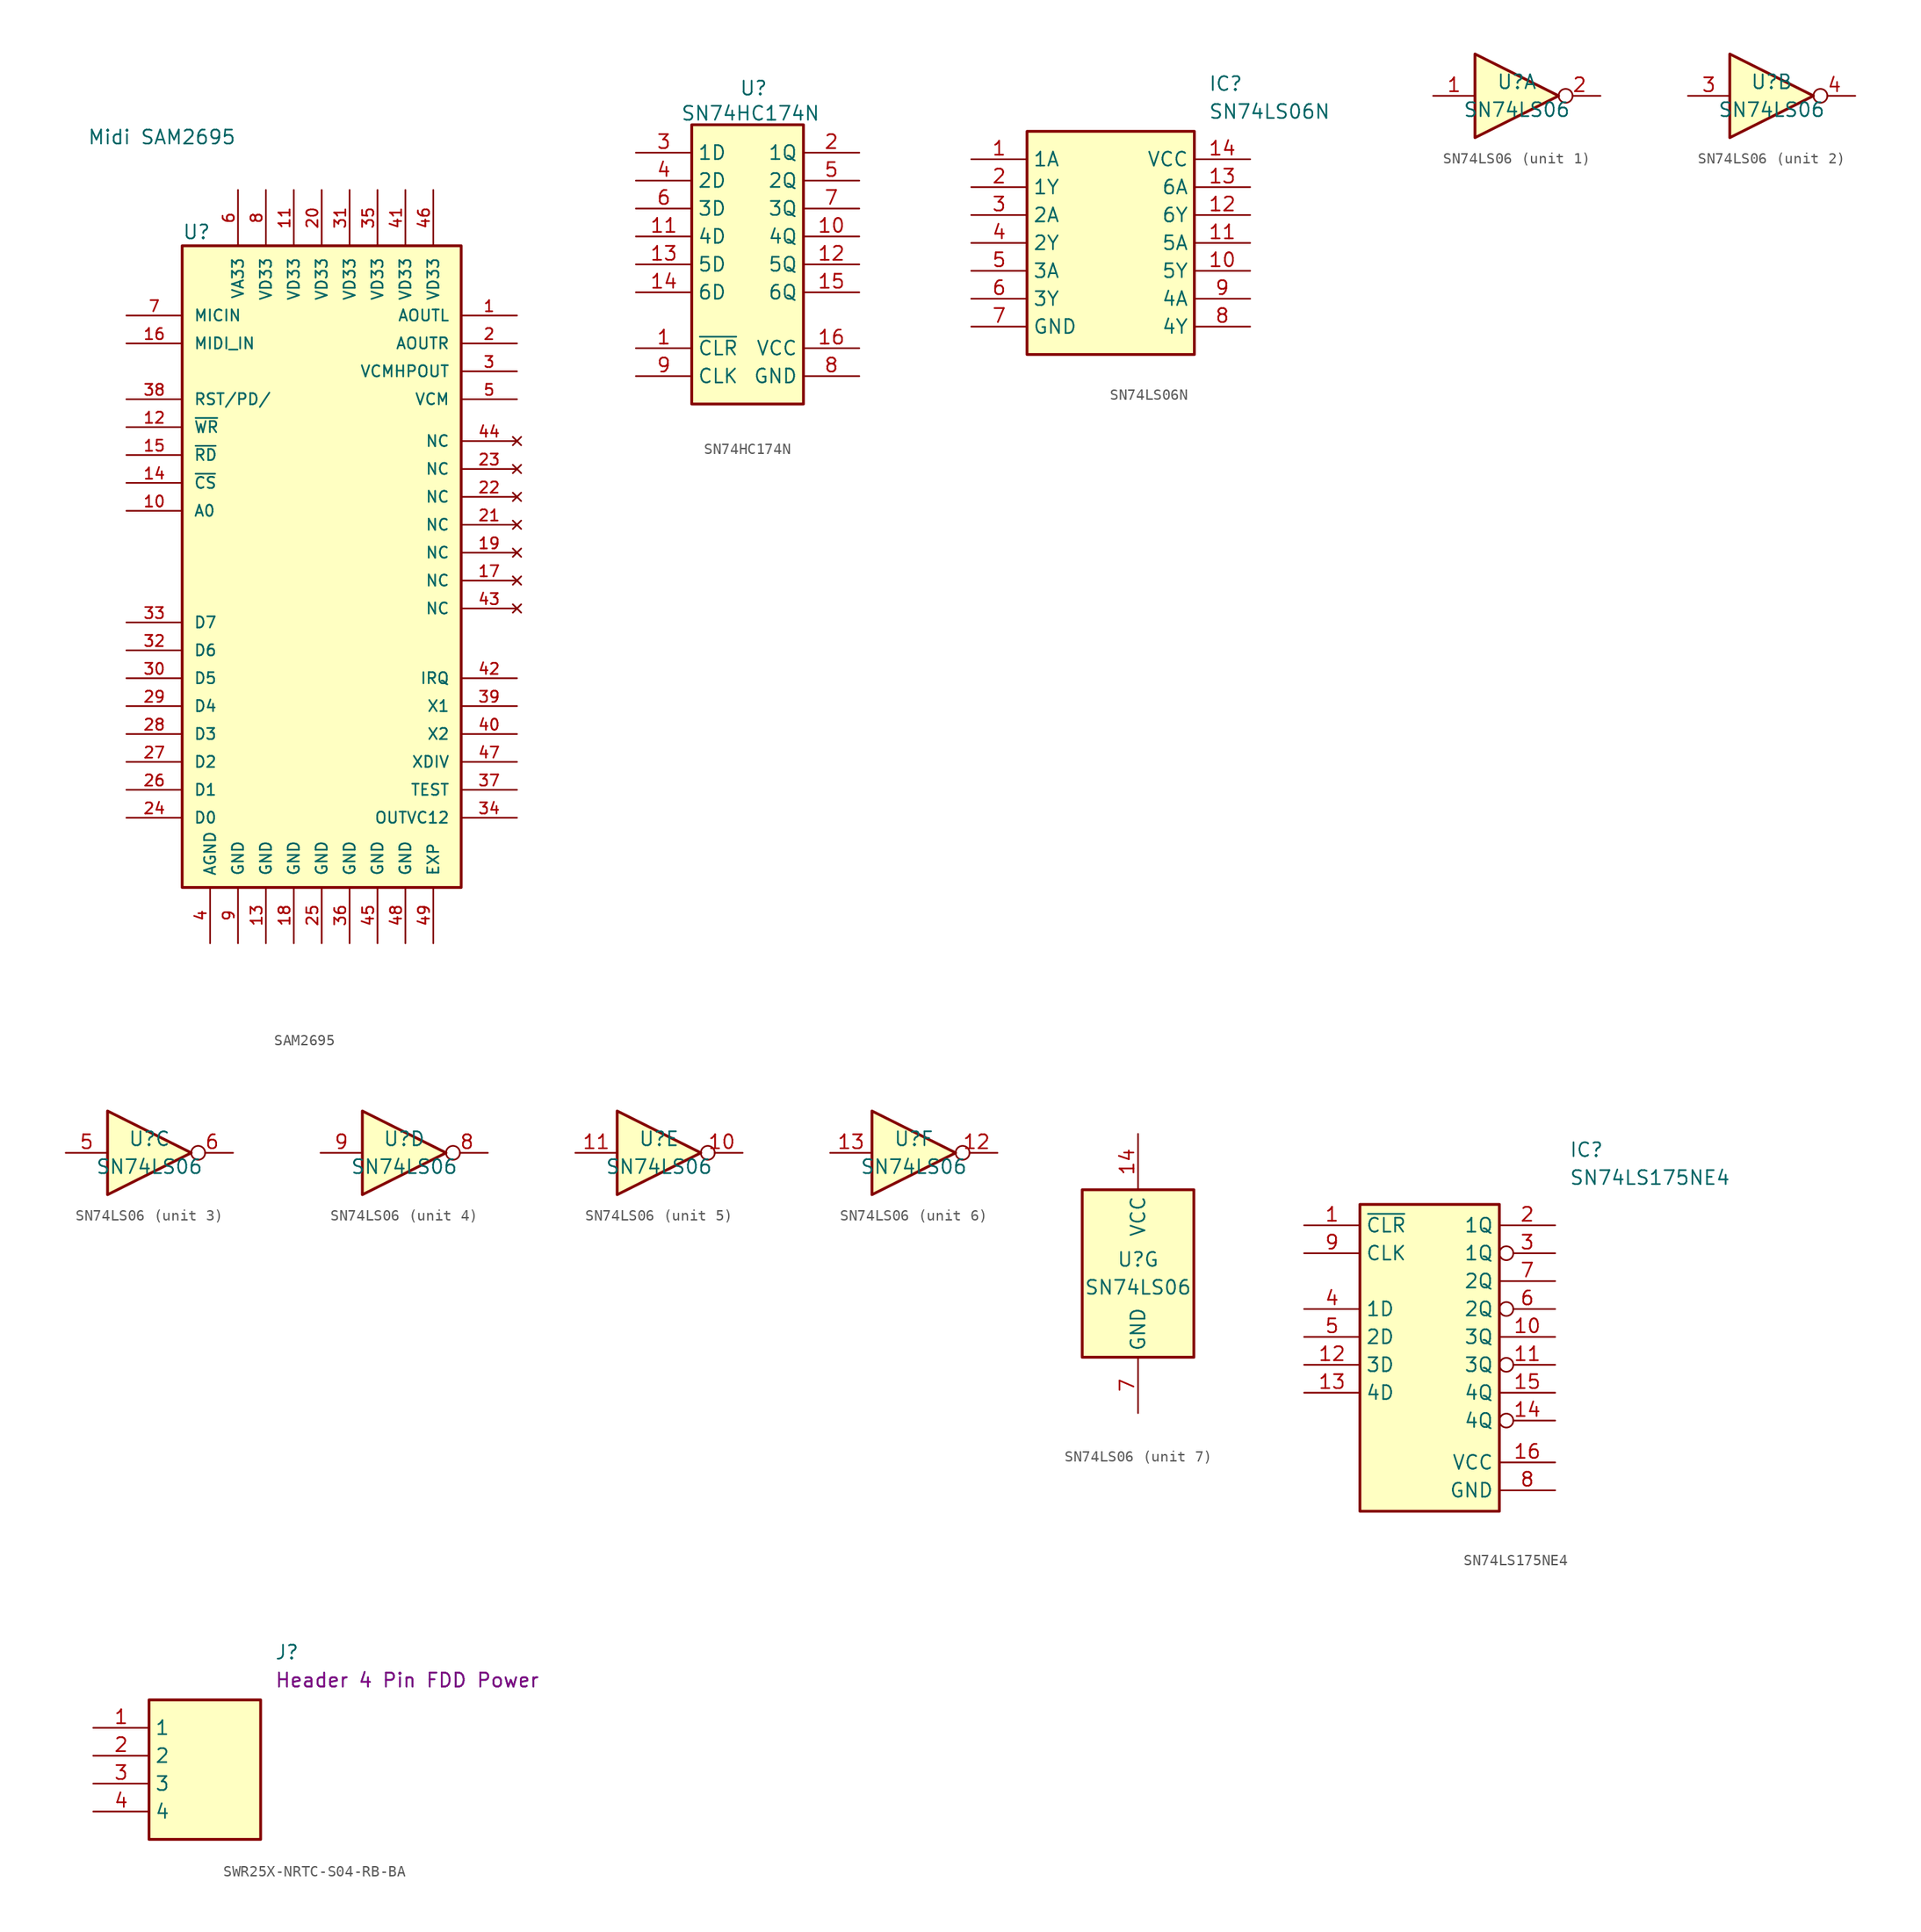
<source format=kicad_sym>
(kicad_symbol_lib
  (version 20241209)
  (generator "kicad_symbol_editor")
  (generator_version "9.0")
  (symbol "SAM2695"
    (pin_names
      (offset 1.016))
    (property "Reference" "U"
      (at -15.24 30.988 0)
      (effects (font (size 1.27 1.27)) (justify left bottom)))
    (property "Value" "Midi SAM2695"
      (at -23.876 39.624 0)
      (effects (font (size 1.27 1.27)) (justify left bottom)))
    (symbol "SAM2695_0_0"
      (rectangle (start -15.24 30.48) (end 10.16 -27.94) (stroke (width 0.254) (type default)) (fill (type background)))
      (pin unspecified line (at -20.32 24.13 0) (length 5.08) (name "MICIN" (effects (font (size 1.016 1.016)))) (number "7" (effects (font (size 1.016 1.016)))))
      (pin unspecified line (at -20.32 21.59 0) (length 5.08) (name "MIDI_IN" (effects (font (size 1.016 1.016)))) (number "16" (effects (font (size 1.016 1.016)))))
      (pin unspecified line (at -20.32 16.51 0) (length 5.08) (name "RST/PD/" (effects (font (size 1.016 1.016)))) (number "38" (effects (font (size 1.016 1.016)))))
      (pin unspecified line (at -20.32 13.97 0) (length 5.08) (name "~{WR}" (effects (font (size 1.016 1.016)))) (number "12" (effects (font (size 1.016 1.016)))))
      (pin unspecified line (at -20.32 11.43 0) (length 5.08) (name "~{RD}" (effects (font (size 1.016 1.016)))) (number "15" (effects (font (size 1.016 1.016)))))
      (pin unspecified line (at -20.32 8.89 0) (length 5.08) (name "~{CS}" (effects (font (size 1.016 1.016)))) (number "14" (effects (font (size 1.016 1.016)))))
      (pin unspecified line (at -20.32 6.35 0) (length 5.08) (name "A0" (effects (font (size 1.016 1.016)))) (number "10" (effects (font (size 1.016 1.016)))))
      (pin unspecified line (at -20.32 -3.81 0) (length 5.08) (name "D7" (effects (font (size 1.016 1.016)))) (number "33" (effects (font (size 1.016 1.016)))))
      (pin unspecified line (at -20.32 -6.35 0) (length 5.08) (name "D6" (effects (font (size 1.016 1.016)))) (number "32" (effects (font (size 1.016 1.016)))))
      (pin unspecified line (at -20.32 -8.89 0) (length 5.08) (name "D5" (effects (font (size 1.016 1.016)))) (number "30" (effects (font (size 1.016 1.016)))))
      (pin unspecified line (at -20.32 -11.43 0) (length 5.08) (name "D4" (effects (font (size 1.016 1.016)))) (number "29" (effects (font (size 1.016 1.016)))))
      (pin unspecified line (at -20.32 -13.97 0) (length 5.08) (name "D3" (effects (font (size 1.016 1.016)))) (number "28" (effects (font (size 1.016 1.016)))))
      (pin unspecified line (at -20.32 -16.51 0) (length 5.08) (name "D2" (effects (font (size 1.016 1.016)))) (number "27" (effects (font (size 1.016 1.016)))))
      (pin unspecified line (at -20.32 -19.05 0) (length 5.08) (name "D1" (effects (font (size 1.016 1.016)))) (number "26" (effects (font (size 1.016 1.016)))))
      (pin unspecified line (at -20.32 -21.59 0) (length 5.08) (name "D0" (effects (font (size 1.016 1.016)))) (number "24" (effects (font (size 1.016 1.016)))))
      (pin power_in line (at -12.7 -33.02 90) (length 5.08) (name "AGND" (effects (font (size 1.016 1.016)))) (number "4" (effects (font (size 1.016 1.016)))))
      (pin power_in line (at -10.16 35.56 270) (length 5.08) (name "VA33" (effects (font (size 1.016 1.016)))) (number "6" (effects (font (size 1.016 1.016)))))
      (pin power_in line (at -10.16 -33.02 90) (length 5.08) (name "GND" (effects (font (size 1.016 1.016)))) (number "9" (effects (font (size 1.016 1.016)))))
      (pin power_in line (at -7.62 35.56 270) (length 5.08) (name "VD33" (effects (font (size 1.016 1.016)))) (number "8" (effects (font (size 1.016 1.016)))))
      (pin power_in line (at -7.62 -33.02 90) (length 5.08) (name "GND" (effects (font (size 1.016 1.016)))) (number "13" (effects (font (size 1.016 1.016)))))
      (pin power_in line (at -5.08 35.56 270) (length 5.08) (name "VD33" (effects (font (size 1.016 1.016)))) (number "11" (effects (font (size 1.016 1.016)))))
      (pin power_in line (at -5.08 -33.02 90) (length 5.08) (name "GND" (effects (font (size 1.016 1.016)))) (number "18" (effects (font (size 1.016 1.016)))))
      (pin power_in line (at -2.54 35.56 270) (length 5.08) (name "VD33" (effects (font (size 1.016 1.016)))) (number "20" (effects (font (size 1.016 1.016)))))
      (pin power_in line (at -2.54 -33.02 90) (length 5.08) (name "GND" (effects (font (size 1.016 1.016)))) (number "25" (effects (font (size 1.016 1.016)))))
      (pin power_in line (at 0 35.56 270) (length 5.08) (name "VD33" (effects (font (size 1.016 1.016)))) (number "31" (effects (font (size 1.016 1.016)))))
      (pin power_in line (at 0 -33.02 90) (length 5.08) (name "GND" (effects (font (size 1.016 1.016)))) (number "36" (effects (font (size 1.016 1.016)))))
      (pin power_in line (at 2.54 35.56 270) (length 5.08) (name "VD33" (effects (font (size 1.016 1.016)))) (number "35" (effects (font (size 1.016 1.016)))))
      (pin power_in line (at 2.54 -33.02 90) (length 5.08) (name "GND" (effects (font (size 1.016 1.016)))) (number "45" (effects (font (size 1.016 1.016)))))
      (pin power_in line (at 5.08 35.56 270) (length 5.08) (name "VD33" (effects (font (size 1.016 1.016)))) (number "41" (effects (font (size 1.016 1.016)))))
      (pin power_in line (at 5.08 -33.02 90) (length 5.08) (name "GND" (effects (font (size 1.016 1.016)))) (number "48" (effects (font (size 1.016 1.016)))))
      (pin power_in line (at 7.62 35.56 270) (length 5.08) (name "VD33" (effects (font (size 1.016 1.016)))) (number "46" (effects (font (size 1.016 1.016)))))
      (pin passive line (at 7.62 -33.02 90) (length 5.08) (name "EXP" (effects (font (size 1.016 1.016)))) (number "49" (effects (font (size 1.016 1.016)))))
      (pin unspecified line (at 15.24 24.13 180) (length 5.08) (name "AOUTL" (effects (font (size 1.016 1.016)))) (number "1" (effects (font (size 1.016 1.016)))))
      (pin unspecified line (at 15.24 21.59 180) (length 5.08) (name "AOUTR" (effects (font (size 1.016 1.016)))) (number "2" (effects (font (size 1.016 1.016)))))
      (pin unspecified line (at 15.24 19.05 180) (length 5.08) (name "VCMHPOUT" (effects (font (size 1.016 1.016)))) (number "3" (effects (font (size 1.016 1.016)))))
      (pin unspecified line (at 15.24 16.51 180) (length 5.08) (name "VCM" (effects (font (size 1.016 1.016)))) (number "5" (effects (font (size 1.016 1.016)))))
      (pin no_connect line (at 15.24 12.7 180) (length 5.08) (name "NC" (effects (font (size 1.016 1.016)))) (number "44" (effects (font (size 1.016 1.016)))))
      (pin no_connect line (at 15.24 10.16 180) (length 5.08) (name "NC" (effects (font (size 1.016 1.016)))) (number "23" (effects (font (size 1.016 1.016)))))
      (pin no_connect line (at 15.24 7.62 180) (length 5.08) (name "NC" (effects (font (size 1.016 1.016)))) (number "22" (effects (font (size 1.016 1.016)))))
      (pin no_connect line (at 15.24 5.08 180) (length 5.08) (name "NC" (effects (font (size 1.016 1.016)))) (number "21" (effects (font (size 1.016 1.016)))))
      (pin no_connect line (at 15.24 2.54 180) (length 5.08) (name "NC" (effects (font (size 1.016 1.016)))) (number "19" (effects (font (size 1.016 1.016)))))
      (pin no_connect line (at 15.24 0 180) (length 5.08) (name "NC" (effects (font (size 1.016 1.016)))) (number "17" (effects (font (size 1.016 1.016)))))
      (pin no_connect line (at 15.24 -2.54 180) (length 5.08) (name "NC" (effects (font (size 1.016 1.016)))) (number "43" (effects (font (size 1.016 1.016)))))
      (pin unspecified line (at 15.24 -8.89 180) (length 5.08) (name "IRQ" (effects (font (size 1.016 1.016)))) (number "42" (effects (font (size 1.016 1.016)))))
      (pin unspecified line (at 15.24 -11.43 180) (length 5.08) (name "X1" (effects (font (size 1.016 1.016)))) (number "39" (effects (font (size 1.016 1.016)))))
      (pin unspecified line (at 15.24 -13.97 180) (length 5.08) (name "X2" (effects (font (size 1.016 1.016)))) (number "40" (effects (font (size 1.016 1.016)))))
      (pin unspecified line (at 15.24 -16.51 180) (length 5.08) (name "XDIV" (effects (font (size 1.016 1.016)))) (number "47" (effects (font (size 1.016 1.016)))))
      (pin unspecified line (at 15.24 -19.05 180) (length 5.08) (name "TEST" (effects (font (size 1.016 1.016)))) (number "37" (effects (font (size 1.016 1.016)))))
      (pin unspecified line (at 15.24 -21.59 180) (length 5.08) (name "OUTVC12" (effects (font (size 1.016 1.016)))) (number "34" (effects (font (size 1.016 1.016)))))))
  (symbol "SN74HC174N"
    (property "Reference" "U"
      (at 9.398 6.604 0)
      (effects (font (size 1.27 1.27)) (justify left top)))
    (property "Value" "SN74HC174N"
      (at 4.064 4.318 0)
      (effects (font (size 1.27 1.27)) (justify left top)))
    (symbol "SN74HC174N_1_1"
      (rectangle (start 5.08 2.54) (end 15.24 -22.86) (stroke (width 0.254) (type default)) (fill (type background)))
      (pin passive line (at 0 0 0) (length 5.08) (name "1D" (effects (font (size 1.27 1.27)))) (number "3" (effects (font (size 1.27 1.27)))))
      (pin passive line (at 0 -2.54 0) (length 5.08) (name "2D" (effects (font (size 1.27 1.27)))) (number "4" (effects (font (size 1.27 1.27)))))
      (pin passive line (at 0 -5.08 0) (length 5.08) (name "3D" (effects (font (size 1.27 1.27)))) (number "6" (effects (font (size 1.27 1.27)))))
      (pin passive line (at 0 -7.62 0) (length 5.08) (name "4D" (effects (font (size 1.27 1.27)))) (number "11" (effects (font (size 1.27 1.27)))))
      (pin passive line (at 0 -10.16 0) (length 5.08) (name "5D" (effects (font (size 1.27 1.27)))) (number "13" (effects (font (size 1.27 1.27)))))
      (pin passive line (at 0 -12.7 0) (length 5.08) (name "6D" (effects (font (size 1.27 1.27)))) (number "14" (effects (font (size 1.27 1.27)))))
      (pin passive line (at 0 -17.78 0) (length 5.08) (name "~{CLR}" (effects (font (size 1.27 1.27)))) (number "1" (effects (font (size 1.27 1.27)))))
      (pin passive line (at 0 -20.32 0) (length 5.08) (name "CLK" (effects (font (size 1.27 1.27)))) (number "9" (effects (font (size 1.27 1.27)))))
      (pin passive line (at 20.32 0 180) (length 5.08) (name "1Q" (effects (font (size 1.27 1.27)))) (number "2" (effects (font (size 1.27 1.27)))))
      (pin passive line (at 20.32 -2.54 180) (length 5.08) (name "2Q" (effects (font (size 1.27 1.27)))) (number "5" (effects (font (size 1.27 1.27)))))
      (pin passive line (at 20.32 -5.08 180) (length 5.08) (name "3Q" (effects (font (size 1.27 1.27)))) (number "7" (effects (font (size 1.27 1.27)))))
      (pin passive line (at 20.32 -7.62 180) (length 5.08) (name "4Q" (effects (font (size 1.27 1.27)))) (number "10" (effects (font (size 1.27 1.27)))))
      (pin passive line (at 20.32 -10.16 180) (length 5.08) (name "5Q" (effects (font (size 1.27 1.27)))) (number "12" (effects (font (size 1.27 1.27)))))
      (pin passive line (at 20.32 -12.7 180) (length 5.08) (name "6Q" (effects (font (size 1.27 1.27)))) (number "15" (effects (font (size 1.27 1.27)))))
      (pin passive line (at 20.32 -17.78 180) (length 5.08) (name "VCC" (effects (font (size 1.27 1.27)))) (number "16" (effects (font (size 1.27 1.27)))))
      (pin passive line (at 20.32 -20.32 180) (length 5.08) (name "GND" (effects (font (size 1.27 1.27)))) (number "8" (effects (font (size 1.27 1.27)))))))
  (symbol "SN74LS06N"
    (property "Reference" "IC"
      (at 21.59 7.62 0)
      (effects (font (size 1.27 1.27)) (justify left top)))
    (property "Value" "SN74LS06N"
      (at 21.59 5.08 0)
      (effects (font (size 1.27 1.27)) (justify left top)))
    (symbol "SN74LS06N_1_1"
      (rectangle (start 5.08 2.54) (end 20.32 -17.78) (stroke (width 0.254) (type default)) (fill (type background)))
      (pin passive line (at 0 0 0) (length 5.08) (name "1A" (effects (font (size 1.27 1.27)))) (number "1" (effects (font (size 1.27 1.27)))))
      (pin passive line (at 0 -2.54 0) (length 5.08) (name "1Y" (effects (font (size 1.27 1.27)))) (number "2" (effects (font (size 1.27 1.27)))))
      (pin passive line (at 0 -5.08 0) (length 5.08) (name "2A" (effects (font (size 1.27 1.27)))) (number "3" (effects (font (size 1.27 1.27)))))
      (pin passive line (at 0 -7.62 0) (length 5.08) (name "2Y" (effects (font (size 1.27 1.27)))) (number "4" (effects (font (size 1.27 1.27)))))
      (pin passive line (at 0 -10.16 0) (length 5.08) (name "3A" (effects (font (size 1.27 1.27)))) (number "5" (effects (font (size 1.27 1.27)))))
      (pin passive line (at 0 -12.7 0) (length 5.08) (name "3Y" (effects (font (size 1.27 1.27)))) (number "6" (effects (font (size 1.27 1.27)))))
      (pin passive line (at 0 -15.24 0) (length 5.08) (name "GND" (effects (font (size 1.27 1.27)))) (number "7" (effects (font (size 1.27 1.27)))))
      (pin passive line (at 25.4 0 180) (length 5.08) (name "VCC" (effects (font (size 1.27 1.27)))) (number "14" (effects (font (size 1.27 1.27)))))
      (pin passive line (at 25.4 -2.54 180) (length 5.08) (name "6A" (effects (font (size 1.27 1.27)))) (number "13" (effects (font (size 1.27 1.27)))))
      (pin passive line (at 25.4 -5.08 180) (length 5.08) (name "6Y" (effects (font (size 1.27 1.27)))) (number "12" (effects (font (size 1.27 1.27)))))
      (pin passive line (at 25.4 -7.62 180) (length 5.08) (name "5A" (effects (font (size 1.27 1.27)))) (number "11" (effects (font (size 1.27 1.27)))))
      (pin passive line (at 25.4 -10.16 180) (length 5.08) (name "5Y" (effects (font (size 1.27 1.27)))) (number "10" (effects (font (size 1.27 1.27)))))
      (pin passive line (at 25.4 -12.7 180) (length 5.08) (name "4A" (effects (font (size 1.27 1.27)))) (number "9" (effects (font (size 1.27 1.27)))))
      (pin passive line (at 25.4 -15.24 180) (length 5.08) (name "4Y" (effects (font (size 1.27 1.27)))) (number "8" (effects (font (size 1.27 1.27)))))))
  (symbol "SN74LS06"
    (property "Reference" "U"
      (at 0 1.27 0)
      (effects (font (size 1.27 1.27))))
    (property "Value" "SN74LS06"
      (at 0 -1.27 0)
      (effects (font (size 1.27 1.27))))
    (symbol "SN74LS06_1_0"
      (polyline (pts (xy -3.81 3.81) (xy -3.81 -3.81) (xy 3.81 0) (xy -3.81 3.81)) (stroke (width 0.254) (type default)) (fill (type background)))
      (pin input line (at -7.62 0 0) (length 3.81) (name "~" (effects (font (size 1.27 1.27)))) (number "1" (effects (font (size 1.27 1.27)))))
      (pin output inverted (at 7.62 0 180) (length 3.81) (name "~" (effects (font (size 1.27 1.27)))) (number "2" (effects (font (size 1.27 1.27))))))
    (symbol "SN74LS06_2_0"
      (polyline (pts (xy -3.81 3.81) (xy -3.81 -3.81) (xy 3.81 0) (xy -3.81 3.81)) (stroke (width 0.254) (type default)) (fill (type background)))
      (pin input line (at -7.62 0 0) (length 3.81) (name "~" (effects (font (size 1.27 1.27)))) (number "3" (effects (font (size 1.27 1.27)))))
      (pin output inverted (at 7.62 0 180) (length 3.81) (name "~" (effects (font (size 1.27 1.27)))) (number "4" (effects (font (size 1.27 1.27))))))
    (symbol "SN74LS06_3_0"
      (polyline (pts (xy -3.81 3.81) (xy -3.81 -3.81) (xy 3.81 0) (xy -3.81 3.81)) (stroke (width 0.254) (type default)) (fill (type background)))
      (pin input line (at -7.62 0 0) (length 3.81) (name "~" (effects (font (size 1.27 1.27)))) (number "5" (effects (font (size 1.27 1.27)))))
      (pin output inverted (at 7.62 0 180) (length 3.81) (name "~" (effects (font (size 1.27 1.27)))) (number "6" (effects (font (size 1.27 1.27))))))
    (symbol "SN74LS06_4_0"
      (polyline (pts (xy -3.81 3.81) (xy -3.81 -3.81) (xy 3.81 0) (xy -3.81 3.81)) (stroke (width 0.254) (type default)) (fill (type background)))
      (pin input line (at -7.62 0 0) (length 3.81) (name "~" (effects (font (size 1.27 1.27)))) (number "9" (effects (font (size 1.27 1.27)))))
      (pin output inverted (at 7.62 0 180) (length 3.81) (name "~" (effects (font (size 1.27 1.27)))) (number "8" (effects (font (size 1.27 1.27))))))
    (symbol "SN74LS06_5_0"
      (polyline (pts (xy -3.81 3.81) (xy -3.81 -3.81) (xy 3.81 0) (xy -3.81 3.81)) (stroke (width 0.254) (type default)) (fill (type background)))
      (pin input line (at -7.62 0 0) (length 3.81) (name "~" (effects (font (size 1.27 1.27)))) (number "11" (effects (font (size 1.27 1.27)))))
      (pin output inverted (at 7.62 0 180) (length 3.81) (name "~" (effects (font (size 1.27 1.27)))) (number "10" (effects (font (size 1.27 1.27))))))
    (symbol "SN74LS06_6_0"
      (polyline (pts (xy -3.81 3.81) (xy -3.81 -3.81) (xy 3.81 0) (xy -3.81 3.81)) (stroke (width 0.254) (type default)) (fill (type background)))
      (pin input line (at -7.62 0 0) (length 3.81) (name "~" (effects (font (size 1.27 1.27)))) (number "13" (effects (font (size 1.27 1.27)))))
      (pin output inverted (at 7.62 0 180) (length 3.81) (name "~" (effects (font (size 1.27 1.27)))) (number "12" (effects (font (size 1.27 1.27))))))
    (symbol "SN74LS06_7_0"
      (pin power_in line (at 0 12.7 270) (length 5.08) (name "VCC" (effects (font (size 1.27 1.27)))) (number "14" (effects (font (size 1.27 1.27)))))
      (pin power_in line (at 0 -12.7 90) (length 5.08) (name "GND" (effects (font (size 1.27 1.27)))) (number "7" (effects (font (size 1.27 1.27))))))
    (symbol "SN74LS06_7_1"
      (rectangle (start -5.08 7.62) (end 5.08 -7.62) (stroke (width 0.254) (type default)) (fill (type background)))))
  (symbol "SN74LS175NE4"
    (property "Reference" "IC"
      (at 24.13 7.62 0)
      (effects (font (size 1.27 1.27)) (justify left top)))
    (property "Value" "SN74LS175NE4"
      (at 24.13 5.08 0)
      (effects (font (size 1.27 1.27)) (justify left top)))
    (symbol "SN74LS175NE4_1_1"
      (rectangle (start 5.08 1.905) (end 17.78 -26.035) (stroke (width 0.254) (type default)) (fill (type background)))
      (pin passive line (at 0 0 0) (length 5.08) (name "~{CLR}" (effects (font (size 1.27 1.27)))) (number "1" (effects (font (size 1.27 1.27)))))
      (pin passive line (at 0 -2.54 0) (length 5.08) (name "CLK" (effects (font (size 1.27 1.27)))) (number "9" (effects (font (size 1.27 1.27)))))
      (pin passive line (at 0 -7.62 0) (length 5.08) (name "1D" (effects (font (size 1.27 1.27)))) (number "4" (effects (font (size 1.27 1.27)))))
      (pin passive line (at 0 -10.16 0) (length 5.08) (name "2D" (effects (font (size 1.27 1.27)))) (number "5" (effects (font (size 1.27 1.27)))))
      (pin passive line (at 0 -12.7 0) (length 5.08) (name "3D" (effects (font (size 1.27 1.27)))) (number "12" (effects (font (size 1.27 1.27)))))
      (pin passive line (at 0 -15.24 0) (length 5.08) (name "4D" (effects (font (size 1.27 1.27)))) (number "13" (effects (font (size 1.27 1.27)))))
      (pin passive line (at 22.86 0 180) (length 5.08) (name "1Q" (effects (font (size 1.27 1.27)))) (number "2" (effects (font (size 1.27 1.27)))))
      (pin passive inverted (at 22.86 -2.54 180) (length 5.08) (name "1Q" (effects (font (size 1.27 1.27)))) (number "3" (effects (font (size 1.27 1.27)))))
      (pin passive line (at 22.86 -5.08 180) (length 5.08) (name "2Q" (effects (font (size 1.27 1.27)))) (number "7" (effects (font (size 1.27 1.27)))))
      (pin passive inverted (at 22.86 -7.62 180) (length 5.08) (name "2Q" (effects (font (size 1.27 1.27)))) (number "6" (effects (font (size 1.27 1.27)))))
      (pin passive line (at 22.86 -10.16 180) (length 5.08) (name "3Q" (effects (font (size 1.27 1.27)))) (number "10" (effects (font (size 1.27 1.27)))))
      (pin passive inverted (at 22.86 -12.7 180) (length 5.08) (name "3Q" (effects (font (size 1.27 1.27)))) (number "11" (effects (font (size 1.27 1.27)))))
      (pin passive line (at 22.86 -15.24 180) (length 5.08) (name "4Q" (effects (font (size 1.27 1.27)))) (number "15" (effects (font (size 1.27 1.27)))))
      (pin passive inverted (at 22.86 -17.78 180) (length 5.08) (name "4Q" (effects (font (size 1.27 1.27)))) (number "14" (effects (font (size 1.27 1.27)))))
      (pin passive line (at 22.86 -21.59 180) (length 5.08) (name "VCC" (effects (font (size 1.27 1.27)))) (number "16" (effects (font (size 1.27 1.27)))))
      (pin passive line (at 22.86 -24.13 180) (length 5.08) (name "GND" (effects (font (size 1.27 1.27)))) (number "8" (effects (font (size 1.27 1.27)))))))
  (symbol "SWR25X-NRTC-S04-RB-BA"
    (property "Reference" "J"
      (at 16.51 7.62 0)
      (effects (font (size 1.27 1.27)) (justify left top)))
    (property "Value" "Header 4 Pin FDD Power"
      (at 16.51 5.08 0)
      (effects (font (size 1.27 1.27)) (justify left top)))
    (property "Description" "Header 4 Pin FDD Power"
      (at 16.51 5.08 0)
      (effects (font (size 1.27 1.27)) (justify left top)))
    (symbol "SWR25X-NRTC-S04-RB-BA_1_1"
      (rectangle (start 5.08 2.54) (end 15.24 -10.16) (stroke (width 0.254) (type default)) (fill (type background)))
      (pin passive line (at 0 0 0) (length 5.08) (name "1" (effects (font (size 1.27 1.27)))) (number "1" (effects (font (size 1.27 1.27)))))
      (pin passive line (at 0 -2.54 0) (length 5.08) (name "2" (effects (font (size 1.27 1.27)))) (number "2" (effects (font (size 1.27 1.27)))))
      (pin passive line (at 0 -5.08 0) (length 5.08) (name "3" (effects (font (size 1.27 1.27)))) (number "3" (effects (font (size 1.27 1.27)))))
      (pin passive line (at 0 -7.62 0) (length 5.08) (name "4" (effects (font (size 1.27 1.27)))) (number "4" (effects (font (size 1.27 1.27))))))))
</source>
